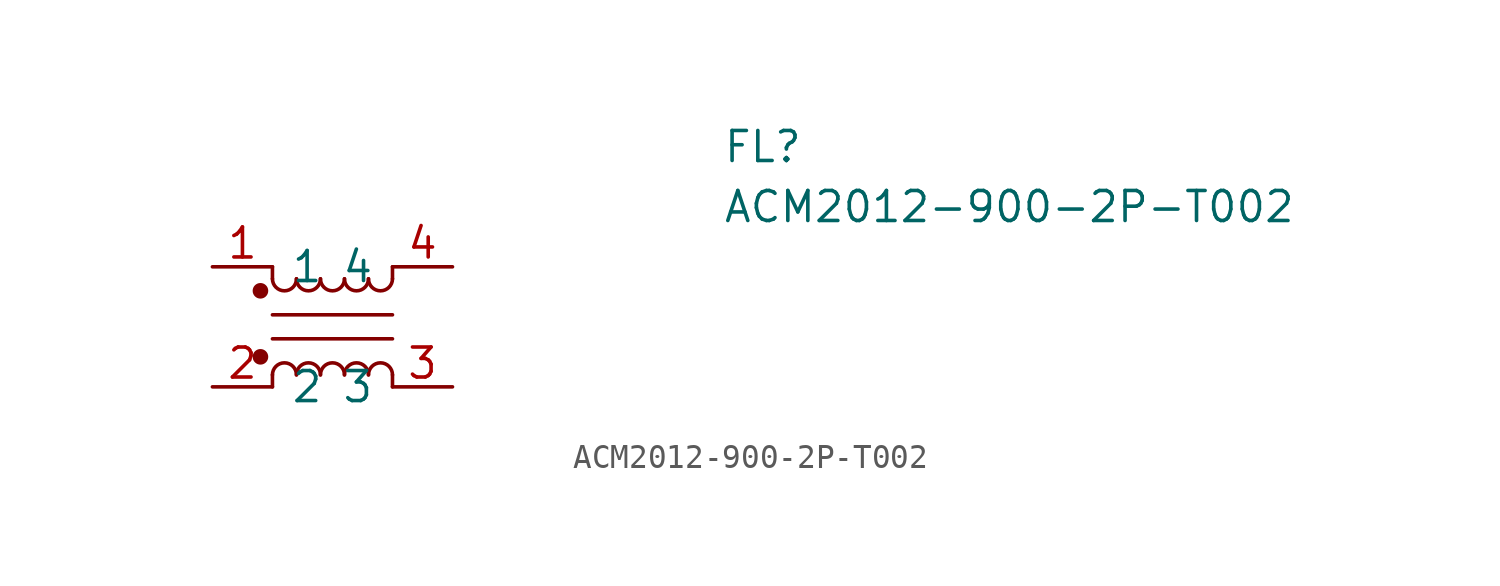
<source format=kicad_sym>
(kicad_symbol_lib
  (version 20200908)
  (generator kicad_symbol_editor)
  (symbol "ACM2012-900-2P-T002:ACM2012-900-2P-T002"
    (pin_names
      (offset 0.762))
    (property "Reference" "FL"
      (at 16.51 7.62 0)
      (effects (font (size 1.27 1.27)) (justify left)))
    (property "Value" "ACM2012-900-2P-T002"
      (at 16.51 5.08 0)
      (effects (font (size 1.27 1.27)) (justify left)))
    (symbol "ACM2012-900-2P-T002_0_1"
      (arc (start -1.524 -2.032) (end -2.54 -2.032) (radius (at -2.032 -2.032) (length 0.508) (angles 0.1 179.9)) (stroke (width 0)) (fill (type none)))
      (arc (start -2.54 2.032) (end -1.524 2.032) (radius (at -2.032 2.032) (length 0.508) (angles -179.9 -0.1)) (stroke (width 0)) (fill (type none)))
      (arc (start -0.508 -2.032) (end -1.524 -2.032) (radius (at -1.016 -2.032) (length 0.508) (angles 0.1 179.9)) (stroke (width 0)) (fill (type none)))
      (arc (start -1.524 2.032) (end -0.508 2.032) (radius (at -1.016 2.032) (length 0.508) (angles -179.9 -0.1)) (stroke (width 0)) (fill (type none)))
      (arc (start 0.508 -2.032) (end -0.508 -2.032) (radius (at 0 -2.032) (length 0.508) (angles 0.1 179.9)) (stroke (width 0)) (fill (type none)))
      (arc (start -0.508 2.032) (end 0.508 2.032) (radius (at 0 2.032) (length 0.508) (angles -179.9 -0.1)) (stroke (width 0)) (fill (type none)))
      (arc (start 1.524 -2.032) (end 0.508 -2.032) (radius (at 1.016 -2.032) (length 0.508) (angles 0.1 179.9)) (stroke (width 0)) (fill (type none)))
      (arc (start 0.508 2.032) (end 1.524 2.032) (radius (at 1.016 2.032) (length 0.508) (angles -179.9 -0.1)) (stroke (width 0)) (fill (type none)))
      (arc (start 2.54 -2.032) (end 1.524 -2.032) (radius (at 2.032 -2.032) (length 0.508) (angles 0.1 179.9)) (stroke (width 0)) (fill (type none)))
      (arc (start 1.524 2.032) (end 2.54 2.032) (radius (at 2.032 2.032) (length 0.508) (angles -179.9 -0.1)) (stroke (width 0)) (fill (type none)))
      (circle (center -3.048 -1.27) (radius 0.254) (stroke (width 0)) (fill (type outline)))
      (circle (center -3.048 1.524) (radius 0.254) (stroke (width 0)) (fill (type outline)))
      (polyline (pts (xy -2.54 -2.032) (xy -2.54 -2.54)) (stroke (width 0)) (fill (type none)))
      (polyline (pts (xy -2.54 0.508) (xy 2.54 0.508)) (stroke (width 0)) (fill (type none)))
      (polyline (pts (xy -2.54 2.032) (xy -2.54 2.54)) (stroke (width 0)) (fill (type none)))
      (polyline (pts (xy 2.54 -2.032) (xy 2.54 -2.54)) (stroke (width 0)) (fill (type none)))
      (polyline (pts (xy 2.54 -0.508) (xy -2.54 -0.508)) (stroke (width 0)) (fill (type none)))
      (polyline (pts (xy 2.54 2.54) (xy 2.54 2.032)) (stroke (width 0)) (fill (type none))))
    (symbol "ACM2012-900-2P-T002_1_1"
      (pin passive line (at -5.08 2.54 0) (length 2.54) (name "1" (effects (font (size 1.27 1.27)))) (number "1" (effects (font (size 1.27 1.27)))))
      (pin passive line (at -5.08 -2.54 0) (length 2.54) (name "2" (effects (font (size 1.27 1.27)))) (number "2" (effects (font (size 1.27 1.27)))))
      (pin passive line (at 5.08 -2.54 180) (length 2.54) (name "3" (effects (font (size 1.27 1.27)))) (number "3" (effects (font (size 1.27 1.27)))))
      (pin passive line (at 5.08 2.54 180) (length 2.54) (name "4" (effects (font (size 1.27 1.27)))) (number "4" (effects (font (size 1.27 1.27))))))))
</source>
